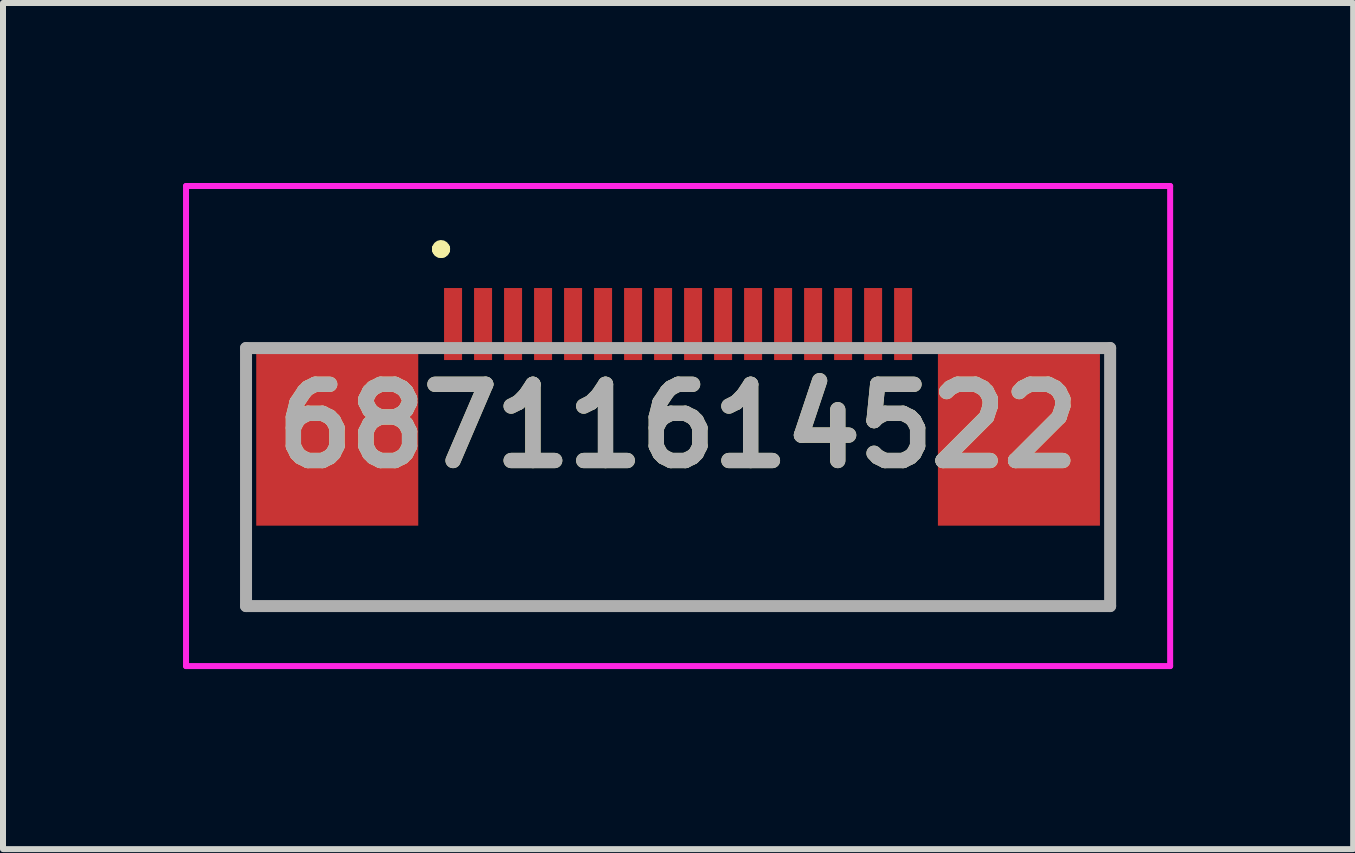
<source format=kicad_pcb>
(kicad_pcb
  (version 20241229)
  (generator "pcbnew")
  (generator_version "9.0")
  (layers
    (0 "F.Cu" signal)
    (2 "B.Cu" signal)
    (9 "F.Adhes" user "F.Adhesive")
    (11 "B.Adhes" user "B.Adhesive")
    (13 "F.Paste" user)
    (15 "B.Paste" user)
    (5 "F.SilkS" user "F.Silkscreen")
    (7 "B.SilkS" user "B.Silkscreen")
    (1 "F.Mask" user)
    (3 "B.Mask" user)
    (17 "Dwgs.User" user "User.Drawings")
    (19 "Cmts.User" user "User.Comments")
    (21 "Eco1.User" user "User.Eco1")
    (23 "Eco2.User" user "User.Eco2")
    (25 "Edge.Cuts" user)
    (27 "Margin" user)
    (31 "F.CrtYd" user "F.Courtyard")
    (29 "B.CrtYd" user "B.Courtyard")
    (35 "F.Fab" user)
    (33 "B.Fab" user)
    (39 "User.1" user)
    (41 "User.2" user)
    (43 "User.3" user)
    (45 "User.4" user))
  (footprint "68711614522"
    (layer "F.Cu")
    (at 8.25 4.9)
    (property "Reference" "68711614522" (at 0 -0.85 0) (layer "F.SilkS") (effects (font (size 1.27 1.27) (thickness 0.254))))
    (attr smd)
    (fp_line (start -7.2 1.5) (end -7.2 1.5) (stroke (width 0.1) (type solid)) (layer "F.SilkS"))
    (fp_line (start -7.2 1.5) (end -7.2 2.15) (stroke (width 0.1) (type solid)) (layer "F.SilkS"))
    (fp_line (start -7.2 2.15) (end -7.2 1.5) (stroke (width 0.1) (type solid)) (layer "F.SilkS"))
    (fp_line (start -7.2 2.15) (end -7.2 2.15) (stroke (width 0.1) (type solid)) (layer "F.SilkS"))
    (fp_line (start -7.2 2.15) (end -7.2 2.15) (stroke (width 0.1) (type solid)) (layer "F.SilkS"))
    (fp_line (start -7.2 2.15) (end 7.2 2.15) (stroke (width 0.1) (type solid)) (layer "F.SilkS"))
    (fp_line (start -4 -3.8) (end -4 -3.8) (stroke (width 0.2) (type solid)) (layer "F.SilkS"))
    (fp_line (start -4 -3.8) (end -4 -3.8) (stroke (width 0.2) (type solid)) (layer "F.SilkS"))
    (fp_line (start -3.9 -3.8) (end -3.9 -3.8) (stroke (width 0.2) (type solid)) (layer "F.SilkS"))
    (fp_line (start 7.2 1.5) (end 7.2 1.5) (stroke (width 0.1) (type solid)) (layer "F.SilkS"))
    (fp_line (start 7.2 1.5) (end 7.2 2.15) (stroke (width 0.1) (type solid)) (layer "F.SilkS"))
    (fp_line (start 7.2 2.15) (end -7.2 2.15) (stroke (width 0.1) (type solid)) (layer "F.SilkS"))
    (fp_line (start 7.2 2.15) (end 7.2 1.5) (stroke (width 0.1) (type solid)) (layer "F.SilkS"))
    (fp_line (start 7.2 2.15) (end 7.2 2.15) (stroke (width 0.1) (type solid)) (layer "F.SilkS"))
    (fp_line (start 7.2 2.15) (end 7.2 2.15) (stroke (width 0.1) (type solid)) (layer "F.SilkS"))
    (fp_arc (start -4 -3.8) (mid -3.95 -3.85) (end -3.9 -3.8) (stroke (width 0.2) (type solid)) (layer "F.SilkS"))
    (fp_arc (start -3.9 -3.8) (mid -3.95 -3.75) (end -4 -3.8) (stroke (width 0.2) (type solid)) (layer "F.SilkS"))
    (fp_arc (start -3.9 -3.8) (mid -3.95 -3.75) (end -4 -3.8) (stroke (width 0.2) (type solid)) (layer "F.SilkS"))
    (fp_line (start -8.2 -4.85) (end 8.2 -4.85) (stroke (width 0.1) (type solid)) (layer "F.CrtYd"))
    (fp_line (start -8.2 3.15) (end -8.2 -4.85) (stroke (width 0.1) (type solid)) (layer "F.CrtYd"))
    (fp_line (start 8.2 -4.85) (end 8.2 3.15) (stroke (width 0.1) (type solid)) (layer "F.CrtYd"))
    (fp_line (start 8.2 3.15) (end -8.2 3.15) (stroke (width 0.1) (type solid)) (layer "F.CrtYd"))
    (fp_line (start -7.2 -2.15) (end -7.2 2.15) (stroke (width 0.2) (type solid)) (layer "F.Fab"))
    (fp_line (start -7.2 2.15) (end 7.2 2.15) (stroke (width 0.2) (type solid)) (layer "F.Fab"))
    (fp_line (start 7.2 -2.15) (end -7.2 -2.15) (stroke (width 0.2) (type solid)) (layer "F.Fab"))
    (fp_line (start 7.2 2.15) (end 7.2 -2.15) (stroke (width 0.2) (type solid)) (layer "F.Fab"))
    (fp_text user "${REFERENCE}" (at 0 -0.85 0) (layer "F.Fab") (effects (font (size 1.27 1.27) (thickness 0.254))))
    (pad "1" smd rect (at -3.75 -2.55) (size 0.3 1.2) (layers "F.Cu" "F.Mask" "F.Paste"))
    (pad "2" smd rect (at -3.25 -2.55) (size 0.3 1.2) (layers "F.Cu" "F.Mask" "F.Paste"))
    (pad "3" smd rect (at -2.75 -2.55) (size 0.3 1.2) (layers "F.Cu" "F.Mask" "F.Paste"))
    (pad "4" smd rect (at -2.25 -2.55) (size 0.3 1.2) (layers "F.Cu" "F.Mask" "F.Paste"))
    (pad "5" smd rect (at -1.75 -2.55) (size 0.3 1.2) (layers "F.Cu" "F.Mask" "F.Paste"))
    (pad "6" smd rect (at -1.25 -2.55) (size 0.3 1.2) (layers "F.Cu" "F.Mask" "F.Paste"))
    (pad "7" smd rect (at -0.75 -2.55) (size 0.3 1.2) (layers "F.Cu" "F.Mask" "F.Paste"))
    (pad "8" smd rect (at -0.25 -2.55) (size 0.3 1.2) (layers "F.Cu" "F.Mask" "F.Paste"))
    (pad "9" smd rect (at 0.25 -2.55) (size 0.3 1.2) (layers "F.Cu" "F.Mask" "F.Paste"))
    (pad "10" smd rect (at 0.75 -2.55) (size 0.3 1.2) (layers "F.Cu" "F.Mask" "F.Paste"))
    (pad "11" smd rect (at 1.25 -2.55) (size 0.3 1.2) (layers "F.Cu" "F.Mask" "F.Paste"))
    (pad "12" smd rect (at 1.75 -2.55) (size 0.3 1.2) (layers "F.Cu" "F.Mask" "F.Paste"))
    (pad "13" smd rect (at 2.25 -2.55) (size 0.3 1.2) (layers "F.Cu" "F.Mask" "F.Paste"))
    (pad "14" smd rect (at 2.75 -2.55) (size 0.3 1.2) (layers "F.Cu" "F.Mask" "F.Paste"))
    (pad "15" smd rect (at 3.25 -2.55) (size 0.3 1.2) (layers "F.Cu" "F.Mask" "F.Paste"))
    (pad "16" smd rect (at 3.75 -2.55) (size 0.3 1.2) (layers "F.Cu" "F.Mask" "F.Paste"))
    (pad "MP1" smd rect (at -5.68 -0.69) (size 2.7 3) (layers "F.Cu" "F.Mask" "F.Paste"))
    (pad "MP2" smd rect (at 5.68 -0.69) (size 2.7 3) (layers "F.Cu" "F.Mask" "F.Paste")))
  (gr_rect
    (start -3 -3)
    (end 19.5 11.1)
    (stroke (width 0.1) (type default))
    (fill no)
    (layer "Edge.Cuts")))
</source>
